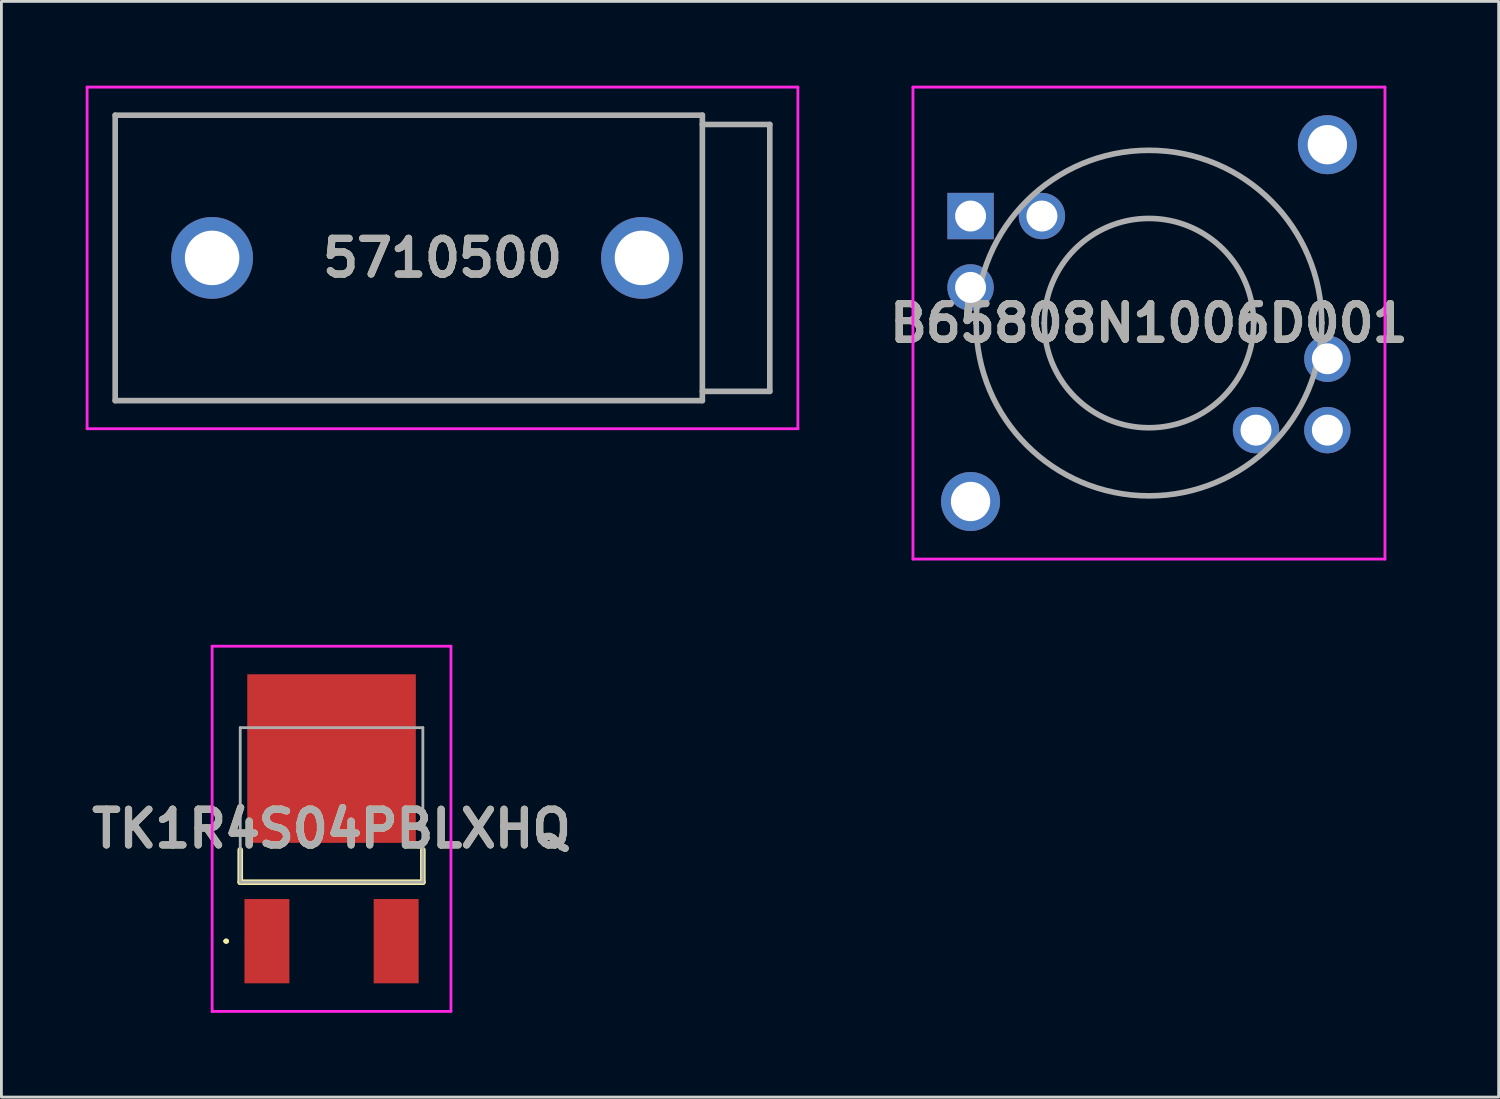
<source format=kicad_pcb>
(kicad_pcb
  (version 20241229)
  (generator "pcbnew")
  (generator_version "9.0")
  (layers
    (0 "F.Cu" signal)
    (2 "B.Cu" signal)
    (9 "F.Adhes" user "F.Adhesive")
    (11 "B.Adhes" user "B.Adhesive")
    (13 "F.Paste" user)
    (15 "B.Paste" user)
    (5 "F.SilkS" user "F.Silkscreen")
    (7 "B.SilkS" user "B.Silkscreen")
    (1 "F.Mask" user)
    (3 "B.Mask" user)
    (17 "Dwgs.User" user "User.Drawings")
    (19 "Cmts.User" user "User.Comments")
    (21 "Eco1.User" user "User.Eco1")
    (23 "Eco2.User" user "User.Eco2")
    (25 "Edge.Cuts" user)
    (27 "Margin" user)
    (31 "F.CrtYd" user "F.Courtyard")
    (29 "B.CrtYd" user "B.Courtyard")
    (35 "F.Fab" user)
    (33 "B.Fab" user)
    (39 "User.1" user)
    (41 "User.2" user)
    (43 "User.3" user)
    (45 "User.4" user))
  (footprint "TK1R4S04PBLXHQ"
    (layer "F.Cu")
    (at 8.751 26.65)
    (property "Reference" "TK1R4S04PBLXHQ" (at 0 -0.2 0) (layer "F.SilkS") (effects (font (size 1.27 1.27) (thickness 0.254))))
    (attr smd)
    (fp_line (start -3.8 3.8) (end -3.8 3.8) (stroke (width 0.1) (type solid)) (layer "F.SilkS"))
    (fp_line (start -3.7 3.8) (end -3.7 3.8) (stroke (width 0.1) (type solid)) (layer "F.SilkS"))
    (fp_line (start -3.25 0.55) (end -3.25 1.7) (stroke (width 0.2) (type solid)) (layer "F.SilkS"))
    (fp_line (start -3.25 1.7) (end 3.25 1.7) (stroke (width 0.2) (type solid)) (layer "F.SilkS"))
    (fp_line (start 3.25 1.7) (end 3.25 0.55) (stroke (width 0.2) (type solid)) (layer "F.SilkS"))
    (fp_arc (start -3.8 3.8) (mid -3.75 3.75) (end -3.7 3.8) (stroke (width 0.1) (type solid)) (layer "F.SilkS"))
    (fp_arc (start -3.7 3.8) (mid -3.75 3.85) (end -3.8 3.8) (stroke (width 0.1) (type solid)) (layer "F.SilkS"))
    (fp_line (start -4.25 -6.7) (end 4.25 -6.7) (stroke (width 0.1) (type solid)) (layer "F.CrtYd"))
    (fp_line (start -4.25 6.3) (end -4.25 -6.7) (stroke (width 0.1) (type solid)) (layer "F.CrtYd"))
    (fp_line (start 4.25 -6.7) (end 4.25 6.3) (stroke (width 0.1) (type solid)) (layer "F.CrtYd"))
    (fp_line (start 4.25 6.3) (end -4.25 6.3) (stroke (width 0.1) (type solid)) (layer "F.CrtYd"))
    (fp_line (start -3.25 -3.8) (end 3.25 -3.8) (stroke (width 0.1) (type solid)) (layer "F.Fab"))
    (fp_line (start -3.25 1.7) (end -3.25 -3.8) (stroke (width 0.1) (type solid)) (layer "F.Fab"))
    (fp_line (start 3.25 -3.8) (end 3.25 1.7) (stroke (width 0.1) (type solid)) (layer "F.Fab"))
    (fp_line (start 3.25 1.7) (end -3.25 1.7) (stroke (width 0.1) (type solid)) (layer "F.Fab"))
    (fp_text user "${REFERENCE}" (at 0 -0.2 0) (layer "F.Fab") (effects (font (size 1.27 1.27) (thickness 0.254))))
    (pad "1" smd rect (at -2.3 3.8) (size 1.6 3) (layers "F.Cu" "F.Mask" "F.Paste"))
    (pad "2" smd rect (at 0 -2.7 90) (size 6 6) (layers "F.Cu" "F.Mask" "F.Paste"))
    (pad "3" smd rect (at 2.3 3.8) (size 1.6 3) (layers "F.Cu" "F.Mask" "F.Paste")))
  (footprint "5710500"
    (layer "F.Cu")
    (at 4.5 6.13)
    (property "Reference" "5710500" (at 8.2 0 0) (layer "F.SilkS") (effects (font (size 1.27 1.27) (thickness 0.254))))
    (attr through_hole)
    (fp_line (start -3.45 -5.08) (end 17.45 -5.08) (stroke (width 0.1) (type solid)) (layer "F.SilkS"))
    (fp_line (start -3.45 5.08) (end -3.45 -5.08) (stroke (width 0.1) (type solid)) (layer "F.SilkS"))
    (fp_line (start 17.45 -5.08) (end 17.45 5.08) (stroke (width 0.1) (type solid)) (layer "F.SilkS"))
    (fp_line (start 17.45 5.08) (end -3.45 5.08) (stroke (width 0.1) (type solid)) (layer "F.SilkS"))
    (fp_line (start -4.45 -6.08) (end 20.85 -6.08) (stroke (width 0.1) (type solid)) (layer "F.CrtYd"))
    (fp_line (start -4.45 6.08) (end -4.45 -6.08) (stroke (width 0.1) (type solid)) (layer "F.CrtYd"))
    (fp_line (start 20.85 -6.08) (end 20.85 6.08) (stroke (width 0.1) (type solid)) (layer "F.CrtYd"))
    (fp_line (start 20.85 6.08) (end -4.45 6.08) (stroke (width 0.1) (type solid)) (layer "F.CrtYd"))
    (fp_line (start -3.45 -5.08) (end 17.45 -5.08) (stroke (width 0.2) (type solid)) (layer "F.Fab"))
    (fp_line (start -3.45 5.08) (end -3.45 -5.08) (stroke (width 0.2) (type solid)) (layer "F.Fab"))
    (fp_line (start 17.45 -5.08) (end 17.45 5.08) (stroke (width 0.2) (type solid)) (layer "F.Fab"))
    (fp_line (start 17.45 -4.75) (end 19.85 -4.75) (stroke (width 0.2) (type solid)) (layer "F.Fab"))
    (fp_line (start 17.45 5.08) (end -3.45 5.08) (stroke (width 0.2) (type solid)) (layer "F.Fab"))
    (fp_line (start 19.85 -4.75) (end 19.85 4.75) (stroke (width 0.2) (type solid)) (layer "F.Fab"))
    (fp_line (start 19.85 4.75) (end 17.45 4.75) (stroke (width 0.2) (type solid)) (layer "F.Fab"))
    (fp_text user "${REFERENCE}" (at 8.2 0 0) (layer "F.Fab") (effects (font (size 1.27 1.27) (thickness 0.254))))
    (pad "1" thru_hole circle (at 0 0) (size 2.91 2.91) (drill 1.94) (layers "*.Cu" "*.Mask"))
    (pad "2" thru_hole circle (at 15.3 0) (size 2.91 2.91) (drill 1.94) (layers "*.Cu" "*.Mask")))
  (footprint "B65808N1006D001"
    (layer "F.Cu")
    (at 31.496 4.64)
    (property "Reference" "B65808N1006D001" (at 6.35 3.81 0) (layer "F.SilkS") (effects (font (size 1.27 1.27) (thickness 0.254))))
    (attr through_hole)
    (fp_line (start 2.625 3.81) (end 2.625 3.81) (stroke (width 0.1) (type solid)) (layer "F.SilkS"))
    (fp_line (start 10.075 3.81) (end 10.075 3.81) (stroke (width 0.1) (type solid)) (layer "F.SilkS"))
    (fp_arc (start 2.625 3.81) (mid 6.35 0.085) (end 10.075 3.81) (stroke (width 0.1) (type solid)) (layer "F.SilkS"))
    (fp_arc (start 10.075 3.81) (mid 6.35 7.535) (end 2.625 3.81) (stroke (width 0.1) (type solid)) (layer "F.SilkS"))
    (fp_line (start -2.05 -4.59) (end 14.75 -4.59) (stroke (width 0.1) (type solid)) (layer "F.CrtYd"))
    (fp_line (start -2.05 12.21) (end -2.05 -4.59) (stroke (width 0.1) (type solid)) (layer "F.CrtYd"))
    (fp_line (start 14.75 -4.59) (end 14.75 12.21) (stroke (width 0.1) (type solid)) (layer "F.CrtYd"))
    (fp_line (start 14.75 12.21) (end -2.05 12.21) (stroke (width 0.1) (type solid)) (layer "F.CrtYd"))
    (fp_line (start 0.2 3.81) (end 0.2 3.81) (stroke (width 0.2) (type solid)) (layer "F.Fab"))
    (fp_line (start 2.625 3.81) (end 2.625 3.81) (stroke (width 0.2) (type solid)) (layer "F.Fab"))
    (fp_line (start 10.075 3.81) (end 10.075 3.81) (stroke (width 0.2) (type solid)) (layer "F.Fab"))
    (fp_line (start 12.5 3.81) (end 12.5 3.81) (stroke (width 0.2) (type solid)) (layer "F.Fab"))
    (fp_arc (start 0.2 3.81) (mid 6.35 -2.34) (end 12.5 3.81) (stroke (width 0.2) (type solid)) (layer "F.Fab"))
    (fp_arc (start 2.625 3.81) (mid 6.35 0.085) (end 10.075 3.81) (stroke (width 0.2) (type solid)) (layer "F.Fab"))
    (fp_arc (start 10.075 3.81) (mid 6.35 7.535) (end 2.625 3.81) (stroke (width 0.2) (type solid)) (layer "F.Fab"))
    (fp_arc (start 12.5 3.81) (mid 6.35 9.96) (end 0.2 3.81) (stroke (width 0.2) (type solid)) (layer "F.Fab"))
    (fp_text user "${REFERENCE}" (at 6.35 3.81 0) (layer "F.Fab") (effects (font (size 1.27 1.27) (thickness 0.254))))
    (pad "1" thru_hole rect (at 0 0) (size 1.65 1.65) (drill 1.1) (layers "*.Cu" "*.Mask"))
    (pad "2" thru_hole circle (at 0 2.54) (size 1.65 1.65) (drill 1.1) (layers "*.Cu" "*.Mask"))
    (pad "3" thru_hole circle (at 10.16 7.62) (size 1.65 1.65) (drill 1.1) (layers "*.Cu" "*.Mask"))
    (pad "4" thru_hole circle (at 12.7 7.62) (size 1.65 1.65) (drill 1.1) (layers "*.Cu" "*.Mask"))
    (pad "5" thru_hole circle (at 12.7 5.08) (size 1.65 1.65) (drill 1.1) (layers "*.Cu" "*.Mask"))
    (pad "6" thru_hole circle (at 2.54 0) (size 1.65 1.65) (drill 1.1) (layers "*.Cu" "*.Mask"))
    (pad "G1" thru_hole circle (at 0 10.16) (size 2.1 2.1) (drill 1.4) (layers "*.Cu" "*.Mask"))
    (pad "G2" thru_hole circle (at 12.7 -2.54) (size 2.1 2.1) (drill 1.4) (layers "*.Cu" "*.Mask")))
  (gr_rect
    (start -3 -3)
    (end 50.293 36)
    (stroke (width 0.1) (type default))
    (fill no)
    (layer "Edge.Cuts")))
</source>
